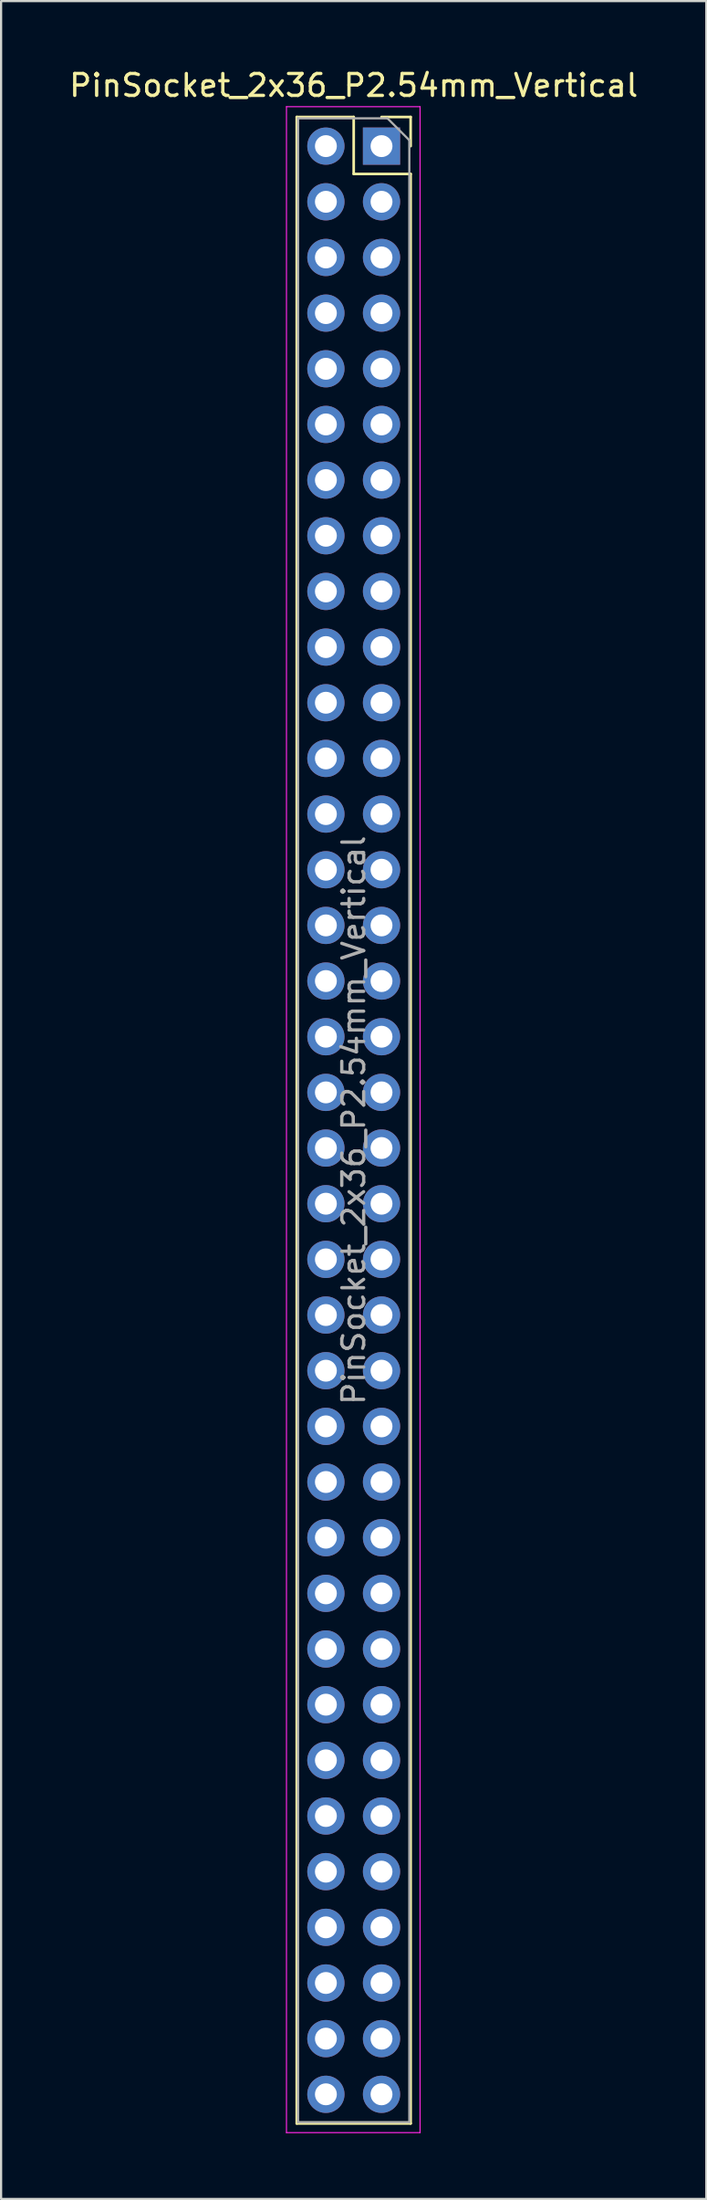
<source format=kicad_pcb>
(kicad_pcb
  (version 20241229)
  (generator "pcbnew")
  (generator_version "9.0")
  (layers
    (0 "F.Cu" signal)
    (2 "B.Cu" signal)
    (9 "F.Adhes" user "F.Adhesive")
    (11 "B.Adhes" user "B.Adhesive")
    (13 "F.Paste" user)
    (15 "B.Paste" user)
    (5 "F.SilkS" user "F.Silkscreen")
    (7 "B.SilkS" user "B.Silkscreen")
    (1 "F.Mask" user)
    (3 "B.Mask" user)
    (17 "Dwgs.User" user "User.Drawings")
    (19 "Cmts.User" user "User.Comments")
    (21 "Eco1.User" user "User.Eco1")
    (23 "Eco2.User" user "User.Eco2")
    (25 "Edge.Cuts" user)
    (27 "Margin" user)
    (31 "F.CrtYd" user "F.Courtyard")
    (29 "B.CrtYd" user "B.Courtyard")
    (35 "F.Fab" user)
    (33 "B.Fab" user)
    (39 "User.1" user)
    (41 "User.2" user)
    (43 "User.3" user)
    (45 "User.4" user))
  (footprint "PinSocket_2x36_P2.54mm_Vertical"
    (layer "F.Cu")
    (at 14.371 3.618)
    (property "Reference" "PinSocket_2x36_P2.54mm_Vertical" (at -1.27 -2.77 0) (layer "F.SilkS") (effects (font (size 1 1) (thickness 0.15))))
    (attr through_hole)
    (fp_line (start -3.87 -1.33) (end -3.87 90.23) (stroke (width 0.12) (type solid)) (layer "F.SilkS"))
    (fp_line (start -3.87 -1.33) (end -1.27 -1.33) (stroke (width 0.12) (type solid)) (layer "F.SilkS"))
    (fp_line (start -3.87 90.23) (end 1.33 90.23) (stroke (width 0.12) (type solid)) (layer "F.SilkS"))
    (fp_line (start -1.27 -1.33) (end -1.27 1.27) (stroke (width 0.12) (type solid)) (layer "F.SilkS"))
    (fp_line (start -1.27 1.27) (end 1.33 1.27) (stroke (width 0.12) (type solid)) (layer "F.SilkS"))
    (fp_line (start 0 -1.33) (end 1.33 -1.33) (stroke (width 0.12) (type solid)) (layer "F.SilkS"))
    (fp_line (start 1.33 -1.33) (end 1.33 0) (stroke (width 0.12) (type solid)) (layer "F.SilkS"))
    (fp_line (start 1.33 1.27) (end 1.33 90.23) (stroke (width 0.12) (type solid)) (layer "F.SilkS"))
    (fp_line (start -4.34 -1.8) (end 1.76 -1.8) (stroke (width 0.05) (type solid)) (layer "F.CrtYd"))
    (fp_line (start -4.34 90.65) (end -4.34 -1.8) (stroke (width 0.05) (type solid)) (layer "F.CrtYd"))
    (fp_line (start 1.76 -1.8) (end 1.76 90.65) (stroke (width 0.05) (type solid)) (layer "F.CrtYd"))
    (fp_line (start 1.76 90.65) (end -4.34 90.65) (stroke (width 0.05) (type solid)) (layer "F.CrtYd"))
    (fp_line (start -3.81 -1.27) (end 0.27 -1.27) (stroke (width 0.1) (type solid)) (layer "F.Fab"))
    (fp_line (start -3.81 90.17) (end -3.81 -1.27) (stroke (width 0.1) (type solid)) (layer "F.Fab"))
    (fp_line (start 0.27 -1.27) (end 1.27 -0.27) (stroke (width 0.1) (type solid)) (layer "F.Fab"))
    (fp_line (start 1.27 -0.27) (end 1.27 90.17) (stroke (width 0.1) (type solid)) (layer "F.Fab"))
    (fp_line (start 1.27 90.17) (end -3.81 90.17) (stroke (width 0.1) (type solid)) (layer "F.Fab"))
    (fp_text user "${REFERENCE}" (at -1.27 44.45 90) (layer "F.Fab") (effects (font (size 1 1) (thickness 0.15))))
    (pad "1" thru_hole rect (at 0 0) (size 1.7 1.7) (drill 1) (layers "*.Cu" "*.Mask"))
    (pad "2" thru_hole oval (at -2.54 0) (size 1.7 1.7) (drill 1) (layers "*.Cu" "*.Mask"))
    (pad "3" thru_hole oval (at 0 2.54) (size 1.7 1.7) (drill 1) (layers "*.Cu" "*.Mask"))
    (pad "4" thru_hole oval (at -2.54 2.54) (size 1.7 1.7) (drill 1) (layers "*.Cu" "*.Mask"))
    (pad "5" thru_hole oval (at 0 5.08) (size 1.7 1.7) (drill 1) (layers "*.Cu" "*.Mask"))
    (pad "6" thru_hole oval (at -2.54 5.08) (size 1.7 1.7) (drill 1) (layers "*.Cu" "*.Mask"))
    (pad "7" thru_hole oval (at 0 7.62) (size 1.7 1.7) (drill 1) (layers "*.Cu" "*.Mask"))
    (pad "8" thru_hole oval (at -2.54 7.62) (size 1.7 1.7) (drill 1) (layers "*.Cu" "*.Mask"))
    (pad "9" thru_hole oval (at 0 10.16) (size 1.7 1.7) (drill 1) (layers "*.Cu" "*.Mask"))
    (pad "10" thru_hole oval (at -2.54 10.16) (size 1.7 1.7) (drill 1) (layers "*.Cu" "*.Mask"))
    (pad "11" thru_hole oval (at 0 12.7) (size 1.7 1.7) (drill 1) (layers "*.Cu" "*.Mask"))
    (pad "12" thru_hole oval (at -2.54 12.7) (size 1.7 1.7) (drill 1) (layers "*.Cu" "*.Mask"))
    (pad "13" thru_hole oval (at 0 15.24) (size 1.7 1.7) (drill 1) (layers "*.Cu" "*.Mask"))
    (pad "14" thru_hole oval (at -2.54 15.24) (size 1.7 1.7) (drill 1) (layers "*.Cu" "*.Mask"))
    (pad "15" thru_hole oval (at 0 17.78) (size 1.7 1.7) (drill 1) (layers "*.Cu" "*.Mask"))
    (pad "16" thru_hole oval (at -2.54 17.78) (size 1.7 1.7) (drill 1) (layers "*.Cu" "*.Mask"))
    (pad "17" thru_hole oval (at 0 20.32) (size 1.7 1.7) (drill 1) (layers "*.Cu" "*.Mask"))
    (pad "18" thru_hole oval (at -2.54 20.32) (size 1.7 1.7) (drill 1) (layers "*.Cu" "*.Mask"))
    (pad "19" thru_hole oval (at 0 22.86) (size 1.7 1.7) (drill 1) (layers "*.Cu" "*.Mask"))
    (pad "20" thru_hole oval (at -2.54 22.86) (size 1.7 1.7) (drill 1) (layers "*.Cu" "*.Mask"))
    (pad "21" thru_hole oval (at 0 25.4) (size 1.7 1.7) (drill 1) (layers "*.Cu" "*.Mask"))
    (pad "22" thru_hole oval (at -2.54 25.4) (size 1.7 1.7) (drill 1) (layers "*.Cu" "*.Mask"))
    (pad "23" thru_hole oval (at 0 27.94) (size 1.7 1.7) (drill 1) (layers "*.Cu" "*.Mask"))
    (pad "24" thru_hole oval (at -2.54 27.94) (size 1.7 1.7) (drill 1) (layers "*.Cu" "*.Mask"))
    (pad "25" thru_hole oval (at 0 30.48) (size 1.7 1.7) (drill 1) (layers "*.Cu" "*.Mask"))
    (pad "26" thru_hole oval (at -2.54 30.48) (size 1.7 1.7) (drill 1) (layers "*.Cu" "*.Mask"))
    (pad "27" thru_hole oval (at 0 33.02) (size 1.7 1.7) (drill 1) (layers "*.Cu" "*.Mask"))
    (pad "28" thru_hole oval (at -2.54 33.02) (size 1.7 1.7) (drill 1) (layers "*.Cu" "*.Mask"))
    (pad "29" thru_hole oval (at 0 35.56) (size 1.7 1.7) (drill 1) (layers "*.Cu" "*.Mask"))
    (pad "30" thru_hole oval (at -2.54 35.56) (size 1.7 1.7) (drill 1) (layers "*.Cu" "*.Mask"))
    (pad "31" thru_hole oval (at 0 38.1) (size 1.7 1.7) (drill 1) (layers "*.Cu" "*.Mask"))
    (pad "32" thru_hole oval (at -2.54 38.1) (size 1.7 1.7) (drill 1) (layers "*.Cu" "*.Mask"))
    (pad "33" thru_hole oval (at 0 40.64) (size 1.7 1.7) (drill 1) (layers "*.Cu" "*.Mask"))
    (pad "34" thru_hole oval (at -2.54 40.64) (size 1.7 1.7) (drill 1) (layers "*.Cu" "*.Mask"))
    (pad "35" thru_hole oval (at 0 43.18) (size 1.7 1.7) (drill 1) (layers "*.Cu" "*.Mask"))
    (pad "36" thru_hole oval (at -2.54 43.18) (size 1.7 1.7) (drill 1) (layers "*.Cu" "*.Mask"))
    (pad "37" thru_hole oval (at 0 45.72) (size 1.7 1.7) (drill 1) (layers "*.Cu" "*.Mask"))
    (pad "38" thru_hole oval (at -2.54 45.72) (size 1.7 1.7) (drill 1) (layers "*.Cu" "*.Mask"))
    (pad "39" thru_hole oval (at 0 48.26) (size 1.7 1.7) (drill 1) (layers "*.Cu" "*.Mask"))
    (pad "40" thru_hole oval (at -2.54 48.26) (size 1.7 1.7) (drill 1) (layers "*.Cu" "*.Mask"))
    (pad "41" thru_hole oval (at 0 50.8) (size 1.7 1.7) (drill 1) (layers "*.Cu" "*.Mask"))
    (pad "42" thru_hole oval (at -2.54 50.8) (size 1.7 1.7) (drill 1) (layers "*.Cu" "*.Mask"))
    (pad "43" thru_hole oval (at 0 53.34) (size 1.7 1.7) (drill 1) (layers "*.Cu" "*.Mask"))
    (pad "44" thru_hole oval (at -2.54 53.34) (size 1.7 1.7) (drill 1) (layers "*.Cu" "*.Mask"))
    (pad "45" thru_hole oval (at 0 55.88) (size 1.7 1.7) (drill 1) (layers "*.Cu" "*.Mask"))
    (pad "46" thru_hole oval (at -2.54 55.88) (size 1.7 1.7) (drill 1) (layers "*.Cu" "*.Mask"))
    (pad "47" thru_hole oval (at 0 58.42) (size 1.7 1.7) (drill 1) (layers "*.Cu" "*.Mask"))
    (pad "48" thru_hole oval (at -2.54 58.42) (size 1.7 1.7) (drill 1) (layers "*.Cu" "*.Mask"))
    (pad "49" thru_hole oval (at 0 60.96) (size 1.7 1.7) (drill 1) (layers "*.Cu" "*.Mask"))
    (pad "50" thru_hole oval (at -2.54 60.96) (size 1.7 1.7) (drill 1) (layers "*.Cu" "*.Mask"))
    (pad "51" thru_hole oval (at 0 63.5) (size 1.7 1.7) (drill 1) (layers "*.Cu" "*.Mask"))
    (pad "52" thru_hole oval (at -2.54 63.5) (size 1.7 1.7) (drill 1) (layers "*.Cu" "*.Mask"))
    (pad "53" thru_hole oval (at 0 66.04) (size 1.7 1.7) (drill 1) (layers "*.Cu" "*.Mask"))
    (pad "54" thru_hole oval (at -2.54 66.04) (size 1.7 1.7) (drill 1) (layers "*.Cu" "*.Mask"))
    (pad "55" thru_hole oval (at 0 68.58) (size 1.7 1.7) (drill 1) (layers "*.Cu" "*.Mask"))
    (pad "56" thru_hole oval (at -2.54 68.58) (size 1.7 1.7) (drill 1) (layers "*.Cu" "*.Mask"))
    (pad "57" thru_hole oval (at 0 71.12) (size 1.7 1.7) (drill 1) (layers "*.Cu" "*.Mask"))
    (pad "58" thru_hole oval (at -2.54 71.12) (size 1.7 1.7) (drill 1) (layers "*.Cu" "*.Mask"))
    (pad "59" thru_hole oval (at 0 73.66) (size 1.7 1.7) (drill 1) (layers "*.Cu" "*.Mask"))
    (pad "60" thru_hole oval (at -2.54 73.66) (size 1.7 1.7) (drill 1) (layers "*.Cu" "*.Mask"))
    (pad "61" thru_hole oval (at 0 76.2) (size 1.7 1.7) (drill 1) (layers "*.Cu" "*.Mask"))
    (pad "62" thru_hole oval (at -2.54 76.2) (size 1.7 1.7) (drill 1) (layers "*.Cu" "*.Mask"))
    (pad "63" thru_hole oval (at 0 78.74) (size 1.7 1.7) (drill 1) (layers "*.Cu" "*.Mask"))
    (pad "64" thru_hole oval (at -2.54 78.74) (size 1.7 1.7) (drill 1) (layers "*.Cu" "*.Mask"))
    (pad "65" thru_hole oval (at 0 81.28) (size 1.7 1.7) (drill 1) (layers "*.Cu" "*.Mask"))
    (pad "66" thru_hole oval (at -2.54 81.28) (size 1.7 1.7) (drill 1) (layers "*.Cu" "*.Mask"))
    (pad "67" thru_hole oval (at 0 83.82) (size 1.7 1.7) (drill 1) (layers "*.Cu" "*.Mask"))
    (pad "68" thru_hole oval (at -2.54 83.82) (size 1.7 1.7) (drill 1) (layers "*.Cu" "*.Mask"))
    (pad "69" thru_hole oval (at 0 86.36) (size 1.7 1.7) (drill 1) (layers "*.Cu" "*.Mask"))
    (pad "70" thru_hole oval (at -2.54 86.36) (size 1.7 1.7) (drill 1) (layers "*.Cu" "*.Mask"))
    (pad "71" thru_hole oval (at 0 88.9) (size 1.7 1.7) (drill 1) (layers "*.Cu" "*.Mask"))
    (pad "72" thru_hole oval (at -2.54 88.9) (size 1.7 1.7) (drill 1) (layers "*.Cu" "*.Mask")))
  (gr_rect
    (start -3 -3)
    (end 29.202 97.293)
    (stroke (width 0.1) (type default))
    (fill no)
    (layer "Edge.Cuts")))
</source>
